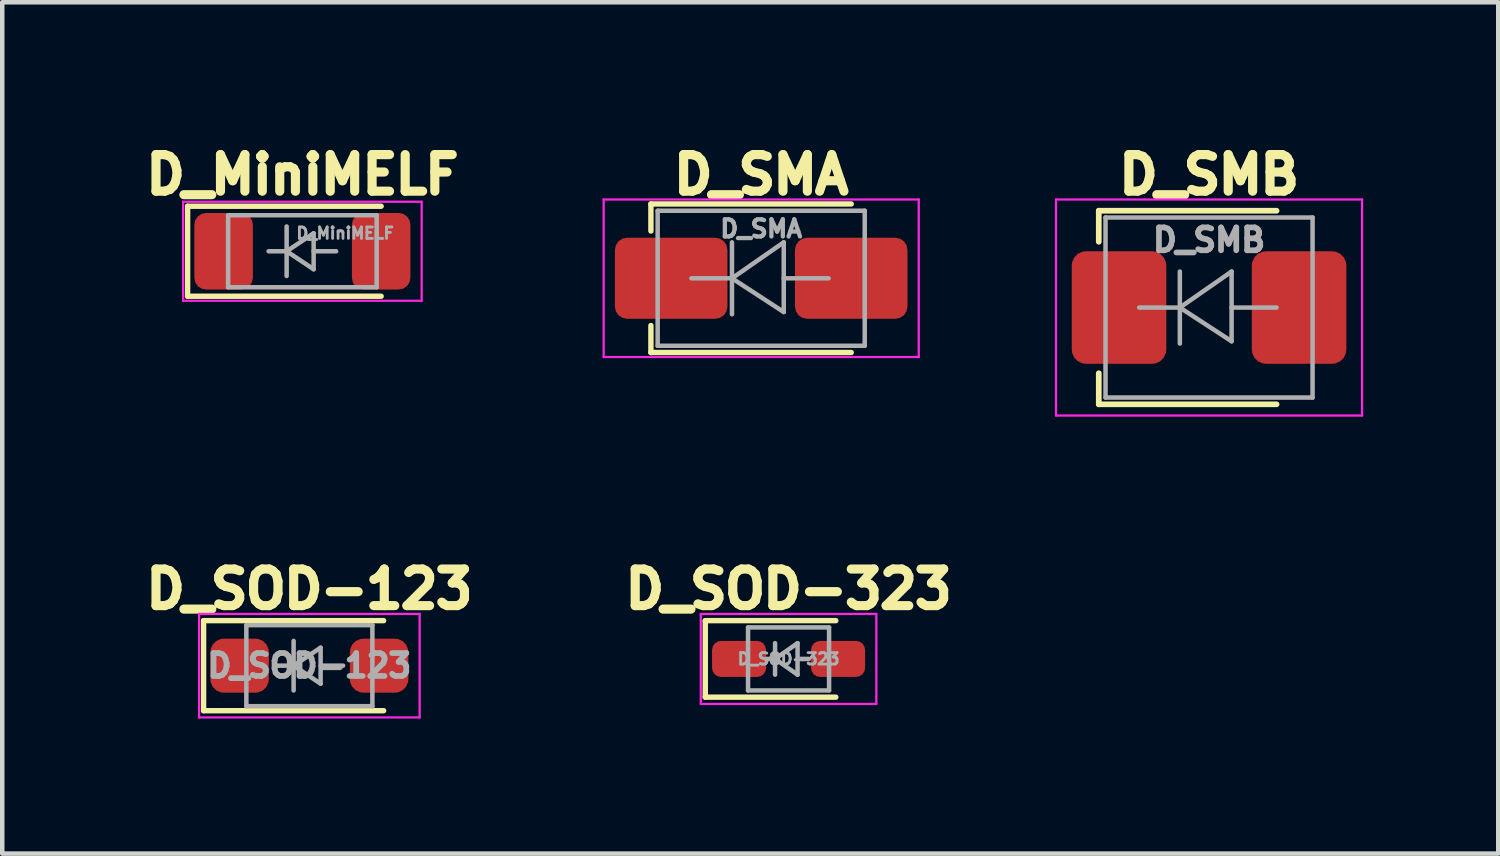
<source format=kicad_pcb>
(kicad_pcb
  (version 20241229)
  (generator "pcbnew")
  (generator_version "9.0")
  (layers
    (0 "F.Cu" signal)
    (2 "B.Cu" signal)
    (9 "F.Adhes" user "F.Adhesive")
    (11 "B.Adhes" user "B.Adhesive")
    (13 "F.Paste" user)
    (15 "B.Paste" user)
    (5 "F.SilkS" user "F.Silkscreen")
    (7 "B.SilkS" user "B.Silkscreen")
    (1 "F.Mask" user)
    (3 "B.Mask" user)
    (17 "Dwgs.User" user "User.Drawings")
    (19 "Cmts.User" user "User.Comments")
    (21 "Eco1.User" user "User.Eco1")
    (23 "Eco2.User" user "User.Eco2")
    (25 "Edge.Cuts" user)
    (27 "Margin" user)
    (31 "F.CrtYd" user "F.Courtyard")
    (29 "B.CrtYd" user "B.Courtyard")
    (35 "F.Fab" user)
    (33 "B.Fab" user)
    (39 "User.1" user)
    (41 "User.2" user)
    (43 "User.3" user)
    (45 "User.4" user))
  (footprint "D_MiniMELF"
    (layer "F.Cu")
    (at 3.668 2.532)
    (property "Reference" "D_MiniMELF" (at 0.95 -0.4 0) (layer "F.Fab") (effects (font (size 0.254 0.254) (thickness 0.064))))
    (attr smd)
    (fp_line (start -2.55 -1) (end -2.55 1) (stroke (width 0.12) (type solid)) (layer "F.SilkS"))
    (fp_line (start -2.55 1) (end 1.75 1) (stroke (width 0.12) (type solid)) (layer "F.SilkS"))
    (fp_line (start 1.75 -1) (end -2.55 -1) (stroke (width 0.12) (type solid)) (layer "F.SilkS"))
    (fp_line (start -2.65 -1.1) (end 2.65 -1.1) (stroke (width 0.05) (type solid)) (layer "F.CrtYd"))
    (fp_line (start -2.65 1.1) (end -2.65 -1.1) (stroke (width 0.05) (type solid)) (layer "F.CrtYd"))
    (fp_line (start 2.65 -1.1) (end 2.65 1.1) (stroke (width 0.05) (type solid)) (layer "F.CrtYd"))
    (fp_line (start 2.65 1.1) (end -2.65 1.1) (stroke (width 0.05) (type solid)) (layer "F.CrtYd"))
    (fp_line (start -1.65 -0.8) (end 1.65 -0.8) (stroke (width 0.1) (type solid)) (layer "F.Fab"))
    (fp_line (start -1.65 0.8) (end -1.65 -0.8) (stroke (width 0.1) (type solid)) (layer "F.Fab"))
    (fp_line (start -0.75 0) (end -0.35 0) (stroke (width 0.1) (type solid)) (layer "F.Fab"))
    (fp_line (start -0.35 0) (end -0.35 -0.55) (stroke (width 0.1) (type solid)) (layer "F.Fab"))
    (fp_line (start -0.35 0) (end -0.35 0.55) (stroke (width 0.1) (type solid)) (layer "F.Fab"))
    (fp_line (start -0.35 0) (end 0.25 -0.4) (stroke (width 0.1) (type solid)) (layer "F.Fab"))
    (fp_line (start 0.25 -0.4) (end 0.25 0.4) (stroke (width 0.1) (type solid)) (layer "F.Fab"))
    (fp_line (start 0.25 0) (end 0.75 0) (stroke (width 0.1) (type solid)) (layer "F.Fab"))
    (fp_line (start 0.25 0.4) (end -0.35 0) (stroke (width 0.1) (type solid)) (layer "F.Fab"))
    (fp_line (start 1.65 -0.8) (end 1.65 0.8) (stroke (width 0.1) (type solid)) (layer "F.Fab"))
    (fp_line (start 1.65 0.8) (end -1.65 0.8) (stroke (width 0.1) (type solid)) (layer "F.Fab"))
    (fp_text user "${REFERENCE}" (at 0 -1.7 0) (layer "F.SilkS") (effects (font (size 0.813 0.813) (thickness 0.203))))
    (pad "1" smd roundrect (at -1.75 0) (size 1.3 1.7) (layers "F.Cu" "F.Mask" "F.Paste") (roundrect_rratio 0.2))
    (pad "2" smd roundrect (at 1.75 0) (size 1.3 1.7) (layers "F.Cu" "F.Mask" "F.Paste") (roundrect_rratio 0.2)))
  (footprint "D_SMB"
    (layer "F.Cu")
    (at 23.811 3.782)
    (property "Reference" "D_SMB" (at 0 -1.5 0) (layer "F.Fab") (effects (font (size 0.508 0.508) (thickness 0.127))))
    (attr smd)
    (fp_line (start -2.45 -2.15) (end -2.45 -1.46) (stroke (width 0.127) (type solid)) (layer "F.SilkS"))
    (fp_line (start -2.45 -2.15) (end 1.5 -2.15) (stroke (width 0.127) (type solid)) (layer "F.SilkS"))
    (fp_line (start -2.45 1.46) (end -2.45 2.15) (stroke (width 0.127) (type solid)) (layer "F.SilkS"))
    (fp_line (start -2.45 2.15) (end 1.5 2.15) (stroke (width 0.127) (type solid)) (layer "F.SilkS"))
    (fp_line (start -3.4 -2.4) (end 3.4 -2.4) (stroke (width 0.05) (type solid)) (layer "F.CrtYd"))
    (fp_line (start -3.4 2.4) (end -3.4 -2.4) (stroke (width 0.05) (type solid)) (layer "F.CrtYd"))
    (fp_line (start 3.4 -2.4) (end 3.4 2.4) (stroke (width 0.05) (type solid)) (layer "F.CrtYd"))
    (fp_line (start 3.4 2.4) (end -3.4 2.4) (stroke (width 0.05) (type solid)) (layer "F.CrtYd"))
    (fp_line (start -2.3 2) (end -2.3 -2) (stroke (width 0.1) (type solid)) (layer "F.Fab"))
    (fp_line (start -0.649 -0.799) (end -0.649 0.801) (stroke (width 0.1) (type solid)) (layer "F.Fab"))
    (fp_line (start -0.649 0.001) (end -1.551 0.001) (stroke (width 0.1) (type solid)) (layer "F.Fab"))
    (fp_line (start -0.649 0.001) (end 0.501 -0.799) (stroke (width 0.1) (type solid)) (layer "F.Fab"))
    (fp_line (start -0.649 0.001) (end 0.501 0.75) (stroke (width 0.1) (type solid)) (layer "F.Fab"))
    (fp_line (start 0.501 0.001) (end 1.499 0.001) (stroke (width 0.1) (type solid)) (layer "F.Fab"))
    (fp_line (start 0.501 0.75) (end 0.501 -0.799) (stroke (width 0.1) (type solid)) (layer "F.Fab"))
    (fp_line (start 2.3 -2) (end -2.3 -2) (stroke (width 0.1) (type solid)) (layer "F.Fab"))
    (fp_line (start 2.3 -2) (end 2.3 2) (stroke (width 0.1) (type solid)) (layer "F.Fab"))
    (fp_line (start 2.3 2) (end -2.3 2) (stroke (width 0.1) (type solid)) (layer "F.Fab"))
    (fp_text user "${REFERENCE}" (at 0 -2.95 180) (layer "F.SilkS") (effects (font (size 0.813 0.813) (thickness 0.203))))
    (pad "1" smd roundrect (at -2 0) (size 2.1 2.5) (layers "F.Cu" "F.Mask" "F.Paste") (roundrect_rratio 0.15))
    (pad "2" smd roundrect (at 2 0) (size 2.1 2.5) (layers "F.Cu" "F.Mask" "F.Paste") (roundrect_rratio 0.15)))
  (footprint "D_SOD-323"
    (layer "F.Cu")
    (at 14.469 11.589)
    (property "Reference" "D_SOD-323" (at 0 0 0) (layer "F.Fab") (effects (font (size 0.254 0.254) (thickness 0.064))))
    (attr smd)
    (fp_line (start -1.85 -0.85) (end -1.85 0.85) (stroke (width 0.12) (type solid)) (layer "F.SilkS"))
    (fp_line (start -1.85 -0.85) (end 1.05 -0.85) (stroke (width 0.12) (type solid)) (layer "F.SilkS"))
    (fp_line (start -1.85 0.85) (end 1.05 0.85) (stroke (width 0.12) (type solid)) (layer "F.SilkS"))
    (fp_line (start -1.95 -1) (end -1.95 1) (stroke (width 0.05) (type solid)) (layer "F.CrtYd"))
    (fp_line (start -1.95 -1) (end 1.95 -1) (stroke (width 0.05) (type solid)) (layer "F.CrtYd"))
    (fp_line (start -1.95 1) (end 1.95 1) (stroke (width 0.05) (type solid)) (layer "F.CrtYd"))
    (fp_line (start 1.95 -1) (end 1.95 1) (stroke (width 0.05) (type solid)) (layer "F.CrtYd"))
    (fp_line (start -0.9 -0.7) (end 0.9 -0.7) (stroke (width 0.1) (type solid)) (layer "F.Fab"))
    (fp_line (start -0.9 0.7) (end -0.9 -0.7) (stroke (width 0.1) (type solid)) (layer "F.Fab"))
    (fp_line (start -0.3 -0.35) (end -0.3 0.35) (stroke (width 0.1) (type solid)) (layer "F.Fab"))
    (fp_line (start -0.3 0) (end -0.5 0) (stroke (width 0.1) (type solid)) (layer "F.Fab"))
    (fp_line (start -0.3 0) (end 0.2 -0.35) (stroke (width 0.1) (type solid)) (layer "F.Fab"))
    (fp_line (start 0.2 -0.35) (end 0.2 0.35) (stroke (width 0.1) (type solid)) (layer "F.Fab"))
    (fp_line (start 0.2 0) (end 0.45 0) (stroke (width 0.1) (type solid)) (layer "F.Fab"))
    (fp_line (start 0.2 0.35) (end -0.3 0) (stroke (width 0.1) (type solid)) (layer "F.Fab"))
    (fp_line (start 0.9 -0.7) (end 0.9 0.7) (stroke (width 0.1) (type solid)) (layer "F.Fab"))
    (fp_line (start 0.9 0.7) (end -0.9 0.7) (stroke (width 0.1) (type solid)) (layer "F.Fab"))
    (fp_text user "${REFERENCE}" (at 0 -1.55 0) (layer "F.SilkS") (effects (font (size 0.813 0.813) (thickness 0.203))))
    (pad "1" smd roundrect (at -1.1 0) (size 1.2 0.8) (layers "F.Cu" "F.Mask" "F.Paste") (roundrect_rratio 0.25))
    (pad "2" smd roundrect (at 1.1 0) (size 1.2 0.8) (layers "F.Cu" "F.Mask" "F.Paste") (roundrect_rratio 0.25)))
  (footprint "D_SMA"
    (layer "F.Cu")
    (at 13.861 3.132)
    (property "Reference" "D_SMA" (at 0 -1.1 180) (layer "F.Fab") (effects (font (size 0.381 0.381) (thickness 0.095))))
    (attr smd)
    (fp_line (start -2.45 -1.65) (end -2.45 -1.05) (stroke (width 0.12) (type solid)) (layer "F.SilkS"))
    (fp_line (start -2.45 -1.65) (end 2 -1.65) (stroke (width 0.12) (type solid)) (layer "F.SilkS"))
    (fp_line (start -2.45 1.05) (end -2.45 1.65) (stroke (width 0.12) (type solid)) (layer "F.SilkS"))
    (fp_line (start -2.45 1.65) (end 2 1.65) (stroke (width 0.12) (type solid)) (layer "F.SilkS"))
    (fp_line (start -3.5 -1.75) (end 3.5 -1.75) (stroke (width 0.05) (type solid)) (layer "F.CrtYd"))
    (fp_line (start -3.5 1.75) (end -3.5 -1.75) (stroke (width 0.05) (type solid)) (layer "F.CrtYd"))
    (fp_line (start 3.5 -1.75) (end 3.5 1.75) (stroke (width 0.05) (type solid)) (layer "F.CrtYd"))
    (fp_line (start 3.5 1.75) (end -3.5 1.75) (stroke (width 0.05) (type solid)) (layer "F.CrtYd"))
    (fp_line (start -2.3 1.5) (end -2.3 -1.5) (stroke (width 0.1) (type solid)) (layer "F.Fab"))
    (fp_line (start -0.649 -0.799) (end -0.649 0.801) (stroke (width 0.1) (type solid)) (layer "F.Fab"))
    (fp_line (start -0.649 0.001) (end -1.551 0.001) (stroke (width 0.1) (type solid)) (layer "F.Fab"))
    (fp_line (start -0.649 0.001) (end 0.501 -0.799) (stroke (width 0.1) (type solid)) (layer "F.Fab"))
    (fp_line (start -0.649 0.001) (end 0.501 0.75) (stroke (width 0.1) (type solid)) (layer "F.Fab"))
    (fp_line (start 0.501 0.001) (end 1.499 0.001) (stroke (width 0.1) (type solid)) (layer "F.Fab"))
    (fp_line (start 0.501 0.75) (end 0.501 -0.799) (stroke (width 0.1) (type solid)) (layer "F.Fab"))
    (fp_line (start 2.3 -1.5) (end -2.3 -1.5) (stroke (width 0.1) (type solid)) (layer "F.Fab"))
    (fp_line (start 2.3 -1.5) (end 2.3 1.5) (stroke (width 0.1) (type solid)) (layer "F.Fab"))
    (fp_line (start 2.3 1.5) (end -2.3 1.5) (stroke (width 0.1) (type solid)) (layer "F.Fab"))
    (fp_text user "${REFERENCE}" (at 0 -2.3 0) (layer "F.SilkS") (effects (font (size 0.813 0.813) (thickness 0.203))))
    (pad "1" smd roundrect (at -2 0) (size 2.5 1.8) (layers "F.Cu" "F.Mask" "F.Paste") (roundrect_rratio 0.15))
    (pad "2" smd roundrect (at 2 0) (size 2.5 1.8) (layers "F.Cu" "F.Mask" "F.Paste") (roundrect_rratio 0.15)))
  (footprint "D_SOD-123"
    (layer "F.Cu")
    (at 3.823 11.739)
    (property "Reference" "D_SOD-123" (at 0 0 0) (layer "F.Fab") (effects (font (size 0.508 0.508) (thickness 0.127))))
    (attr smd)
    (fp_line (start -2.35 -1) (end -2.35 1) (stroke (width 0.12) (type solid)) (layer "F.SilkS"))
    (fp_line (start -2.35 -1) (end 1.65 -1) (stroke (width 0.12) (type solid)) (layer "F.SilkS"))
    (fp_line (start -2.35 1) (end 1.65 1) (stroke (width 0.12) (type solid)) (layer "F.SilkS"))
    (fp_line (start -2.45 -1.15) (end -2.45 1.15) (stroke (width 0.05) (type solid)) (layer "F.CrtYd"))
    (fp_line (start -2.45 -1.15) (end 2.45 -1.15) (stroke (width 0.05) (type solid)) (layer "F.CrtYd"))
    (fp_line (start 2.45 -1.15) (end 2.45 1.15) (stroke (width 0.05) (type solid)) (layer "F.CrtYd"))
    (fp_line (start 2.45 1.15) (end -2.45 1.15) (stroke (width 0.05) (type solid)) (layer "F.CrtYd"))
    (fp_line (start -1.4 -0.9) (end 1.4 -0.9) (stroke (width 0.1) (type solid)) (layer "F.Fab"))
    (fp_line (start -1.4 0.9) (end -1.4 -0.9) (stroke (width 0.1) (type solid)) (layer "F.Fab"))
    (fp_line (start -0.75 0) (end -0.35 0) (stroke (width 0.1) (type solid)) (layer "F.Fab"))
    (fp_line (start -0.35 0) (end -0.35 -0.55) (stroke (width 0.1) (type solid)) (layer "F.Fab"))
    (fp_line (start -0.35 0) (end -0.35 0.55) (stroke (width 0.1) (type solid)) (layer "F.Fab"))
    (fp_line (start -0.35 0) (end 0.25 -0.4) (stroke (width 0.1) (type solid)) (layer "F.Fab"))
    (fp_line (start 0.25 -0.4) (end 0.25 0.4) (stroke (width 0.1) (type solid)) (layer "F.Fab"))
    (fp_line (start 0.25 0) (end 0.75 0) (stroke (width 0.1) (type solid)) (layer "F.Fab"))
    (fp_line (start 0.25 0.4) (end -0.35 0) (stroke (width 0.1) (type solid)) (layer "F.Fab"))
    (fp_line (start 1.4 -0.9) (end 1.4 0.9) (stroke (width 0.1) (type solid)) (layer "F.Fab"))
    (fp_line (start 1.4 0.9) (end -1.4 0.9) (stroke (width 0.1) (type solid)) (layer "F.Fab"))
    (fp_text user "${REFERENCE}" (at 0 -1.7 0) (layer "F.SilkS") (effects (font (size 0.813 0.813) (thickness 0.203))))
    (pad "1" smd roundrect (at -1.55 0) (size 1.3 1.2) (layers "F.Cu" "F.Mask" "F.Paste") (roundrect_rratio 0.25))
    (pad "2" smd roundrect (at 1.55 0) (size 1.3 1.2) (layers "F.Cu" "F.Mask" "F.Paste") (roundrect_rratio 0.25)))
  (gr_rect
    (start -3 -3)
    (end 30.236 15.914)
    (stroke (width 0.1) (type default))
    (fill no)
    (layer "Edge.Cuts")))
</source>
